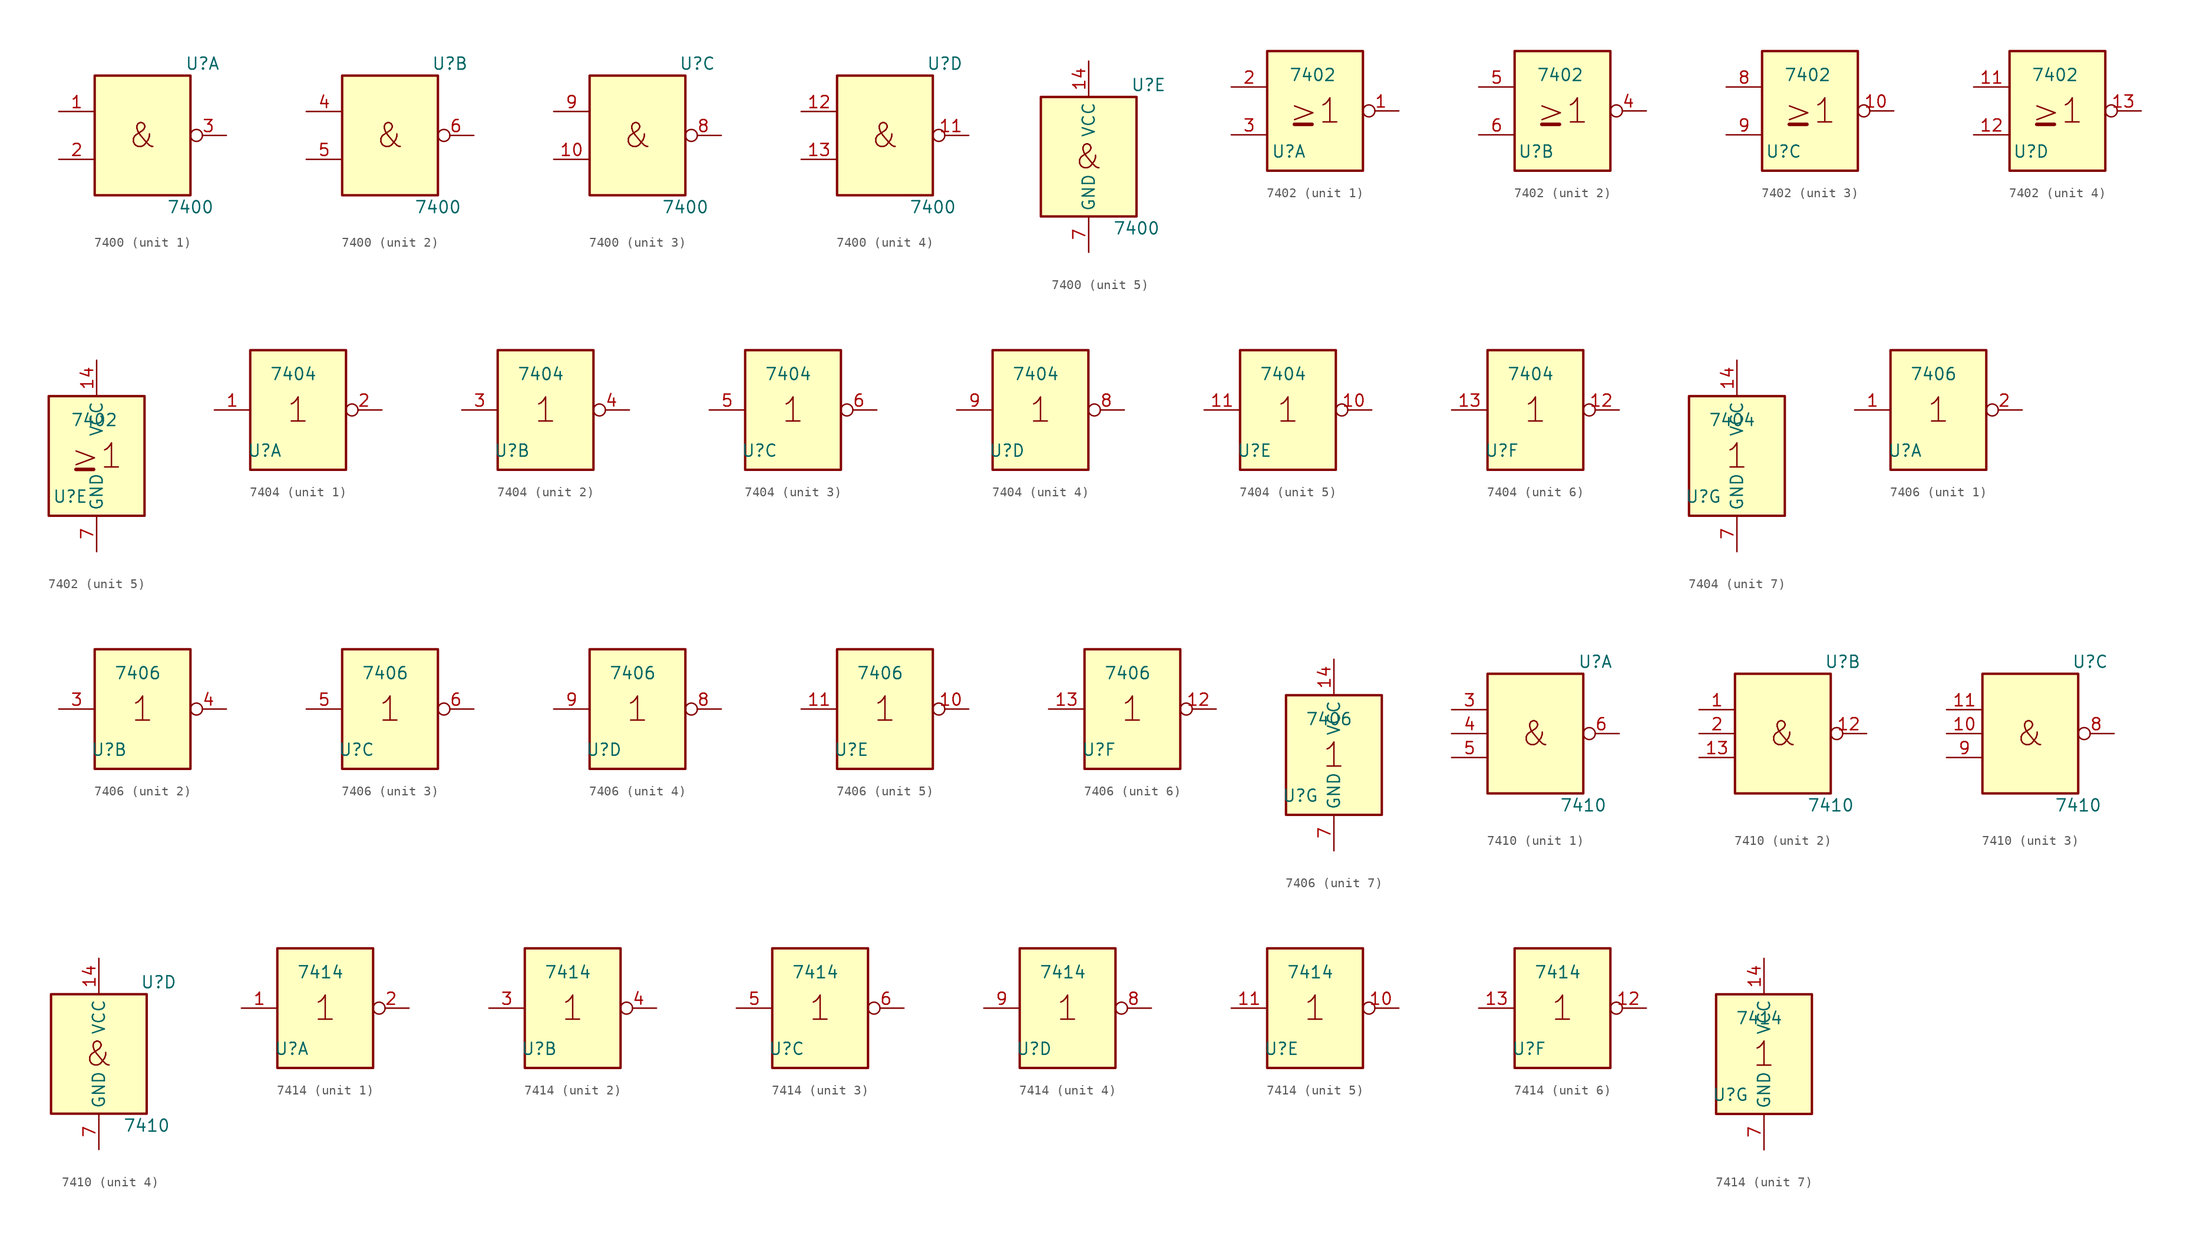
<source format=kicad_sym>
(kicad_symbol_lib
  (version 20231120)
  (generator "kicad_symbol_editor")
  (generator_version "8.0")
  (symbol "7400"
    (property "Reference" "U"
      (at 6.35 7.62 0)
      (effects (font (size 1.27 1.27))))
    (property "Value" "7400"
      (at 5.08 -7.62 0)
      (effects (font (size 1.27 1.27))))
    (property "ki_locked" ""
      (at 0 0 0)
      (effects (font (size 1.27 1.27))))
    (symbol "7400_0_0"
      (text "&" (at 0 0 0) (effects (font (size 2.54 2.54)))))
    (symbol "7400_0_1"
      (rectangle (start -5.08 6.35) (end 5.08 -6.35) (stroke (width 0.254) (type default)) (fill (type background))))
    (symbol "7400_1_1"
      (pin input line (at -8.89 2.54 0) (length 3.81) (name "~" (effects (font (size 1.27 1.27)))) (number "1" (effects (font (size 1.27 1.27)))))
      (pin input line (at -8.89 -2.54 0) (length 3.81) (name "~" (effects (font (size 1.27 1.27)))) (number "2" (effects (font (size 1.27 1.27)))))
      (pin output inverted (at 8.89 0 180) (length 3.81) (name "~" (effects (font (size 1.27 1.27)))) (number "3" (effects (font (size 1.27 1.27))))))
    (symbol "7400_2_1"
      (pin input line (at -8.89 2.54 0) (length 3.81) (name "~" (effects (font (size 1.27 1.27)))) (number "4" (effects (font (size 1.27 1.27)))))
      (pin input line (at -8.89 -2.54 0) (length 3.81) (name "~" (effects (font (size 1.27 1.27)))) (number "5" (effects (font (size 1.27 1.27)))))
      (pin output inverted (at 8.89 0 180) (length 3.81) (name "~" (effects (font (size 1.27 1.27)))) (number "6" (effects (font (size 1.27 1.27))))))
    (symbol "7400_3_1"
      (pin input line (at -8.89 -2.54 0) (length 3.81) (name "~" (effects (font (size 1.27 1.27)))) (number "10" (effects (font (size 1.27 1.27)))))
      (pin output inverted (at 8.89 0 180) (length 3.81) (name "~" (effects (font (size 1.27 1.27)))) (number "8" (effects (font (size 1.27 1.27)))))
      (pin input line (at -8.89 2.54 0) (length 3.81) (name "~" (effects (font (size 1.27 1.27)))) (number "9" (effects (font (size 1.27 1.27))))))
    (symbol "7400_4_1"
      (pin output inverted (at 8.89 0 180) (length 3.81) (name "~" (effects (font (size 1.27 1.27)))) (number "11" (effects (font (size 1.27 1.27)))))
      (pin input line (at -8.89 2.54 0) (length 3.81) (name "~" (effects (font (size 1.27 1.27)))) (number "12" (effects (font (size 1.27 1.27)))))
      (pin input line (at -8.89 -2.54 0) (length 3.81) (name "~" (effects (font (size 1.27 1.27)))) (number "13" (effects (font (size 1.27 1.27))))))
    (symbol "7400_5_1"
      (pin power_in line (at 0 10.16 270) (length 3.81) (name "VCC" (effects (font (size 1.27 1.27)))) (number "14" (effects (font (size 1.27 1.27)))))
      (pin power_in line (at 0 -10.16 90) (length 3.81) (name "GND" (effects (font (size 1.27 1.27)))) (number "7" (effects (font (size 1.27 1.27)))))))
  (symbol "7402"
    (property "Reference" "U"
      (at -2.794 -4.318 0)
      (effects (font (size 1.27 1.27))))
    (property "Value" "7402"
      (at -0.254 3.81 0)
      (effects (font (size 1.27 1.27))))
    (property "ki_locked" ""
      (at 0 0 0)
      (effects (font (size 1.27 1.27))))
    (symbol "7402_0_0"
      (polyline (pts (xy -2.19 -1.429) (xy -0.323 -1.429)) (stroke (width 0.381) (type default)) (fill (type none)))
      (text ">1" (at 0 0 0) (effects (font (size 2.54 2.54)))))
    (symbol "7402_0_1"
      (rectangle (start -5.08 6.35) (end 5.08 -6.35) (stroke (width 0.254) (type default)) (fill (type background))))
    (symbol "7402_1_1"
      (pin output inverted (at 8.89 0 180) (length 3.81) (name "~" (effects (font (size 1.27 1.27)))) (number "1" (effects (font (size 1.27 1.27)))))
      (pin input line (at -8.89 2.54 0) (length 3.81) (name "~" (effects (font (size 1.27 1.27)))) (number "2" (effects (font (size 1.27 1.27)))))
      (pin input line (at -8.89 -2.54 0) (length 3.81) (name "~" (effects (font (size 1.27 1.27)))) (number "3" (effects (font (size 1.27 1.27))))))
    (symbol "7402_2_1"
      (pin output inverted (at 8.89 0 180) (length 3.81) (name "~" (effects (font (size 1.27 1.27)))) (number "4" (effects (font (size 1.27 1.27)))))
      (pin input line (at -8.89 2.54 0) (length 3.81) (name "~" (effects (font (size 1.27 1.27)))) (number "5" (effects (font (size 1.27 1.27)))))
      (pin input line (at -8.89 -2.54 0) (length 3.81) (name "~" (effects (font (size 1.27 1.27)))) (number "6" (effects (font (size 1.27 1.27))))))
    (symbol "7402_3_1"
      (pin output inverted (at 8.89 0 180) (length 3.81) (name "~" (effects (font (size 1.27 1.27)))) (number "10" (effects (font (size 1.27 1.27)))))
      (pin input line (at -8.89 2.54 0) (length 3.81) (name "~" (effects (font (size 1.27 1.27)))) (number "8" (effects (font (size 1.27 1.27)))))
      (pin input line (at -8.89 -2.54 0) (length 3.81) (name "~" (effects (font (size 1.27 1.27)))) (number "9" (effects (font (size 1.27 1.27))))))
    (symbol "7402_4_1"
      (pin input line (at -8.89 2.54 0) (length 3.81) (name "~" (effects (font (size 1.27 1.27)))) (number "11" (effects (font (size 1.27 1.27)))))
      (pin input line (at -8.89 -2.54 0) (length 3.81) (name "~" (effects (font (size 1.27 1.27)))) (number "12" (effects (font (size 1.27 1.27)))))
      (pin output inverted (at 8.89 0 180) (length 3.81) (name "~" (effects (font (size 1.27 1.27)))) (number "13" (effects (font (size 1.27 1.27))))))
    (symbol "7402_5_1"
      (pin power_in line (at 0 10.16 270) (length 3.81) (name "VCC" (effects (font (size 1.27 1.27)))) (number "14" (effects (font (size 1.27 1.27)))))
      (pin power_in line (at 0 -10.16 90) (length 3.81) (name "GND" (effects (font (size 1.27 1.27)))) (number "7" (effects (font (size 1.27 1.27)))))))
  (symbol "7404"
    (property "Reference" "U"
      (at -3.556 -4.318 0)
      (effects (font (size 1.27 1.27))))
    (property "Value" "7404"
      (at -0.508 3.81 0)
      (effects (font (size 1.27 1.27))))
    (property "ki_locked" ""
      (at 0 0 0)
      (effects (font (size 1.27 1.27))))
    (symbol "7404_0_0"
      (text "1" (at 0 0 0) (effects (font (size 2.54 2.54)))))
    (symbol "7404_0_1"
      (rectangle (start -5.08 6.35) (end 5.08 -6.35) (stroke (width 0.254) (type default)) (fill (type background))))
    (symbol "7404_1_1"
      (pin input line (at -8.89 0 0) (length 3.81) (name "~" (effects (font (size 1.27 1.27)))) (number "1" (effects (font (size 1.27 1.27)))))
      (pin output inverted (at 8.89 0 180) (length 3.81) (name "~" (effects (font (size 1.27 1.27)))) (number "2" (effects (font (size 1.27 1.27))))))
    (symbol "7404_2_1"
      (pin input line (at -8.89 0 0) (length 3.81) (name "~" (effects (font (size 1.27 1.27)))) (number "3" (effects (font (size 1.27 1.27)))))
      (pin output inverted (at 8.89 0 180) (length 3.81) (name "~" (effects (font (size 1.27 1.27)))) (number "4" (effects (font (size 1.27 1.27))))))
    (symbol "7404_3_1"
      (pin input line (at -8.89 0 0) (length 3.81) (name "~" (effects (font (size 1.27 1.27)))) (number "5" (effects (font (size 1.27 1.27)))))
      (pin output inverted (at 8.89 0 180) (length 3.81) (name "~" (effects (font (size 1.27 1.27)))) (number "6" (effects (font (size 1.27 1.27))))))
    (symbol "7404_4_1"
      (pin output inverted (at 8.89 0 180) (length 3.81) (name "~" (effects (font (size 1.27 1.27)))) (number "8" (effects (font (size 1.27 1.27)))))
      (pin input line (at -8.89 0 0) (length 3.81) (name "~" (effects (font (size 1.27 1.27)))) (number "9" (effects (font (size 1.27 1.27))))))
    (symbol "7404_5_1"
      (pin output inverted (at 8.89 0 180) (length 3.81) (name "~" (effects (font (size 1.27 1.27)))) (number "10" (effects (font (size 1.27 1.27)))))
      (pin input line (at -8.89 0 0) (length 3.81) (name "~" (effects (font (size 1.27 1.27)))) (number "11" (effects (font (size 1.27 1.27))))))
    (symbol "7404_6_1"
      (pin output inverted (at 8.89 0 180) (length 3.81) (name "~" (effects (font (size 1.27 1.27)))) (number "12" (effects (font (size 1.27 1.27)))))
      (pin input line (at -8.89 0 0) (length 3.81) (name "~" (effects (font (size 1.27 1.27)))) (number "13" (effects (font (size 1.27 1.27))))))
    (symbol "7404_7_1"
      (pin power_in line (at 0 10.16 270) (length 3.81) (name "VCC" (effects (font (size 1.27 1.27)))) (number "14" (effects (font (size 1.27 1.27)))))
      (pin power_in line (at 0 -10.16 90) (length 3.81) (name "GND" (effects (font (size 1.27 1.27)))) (number "7" (effects (font (size 1.27 1.27)))))))
  (symbol "7406"
    (property "Reference" "U"
      (at -3.556 -4.318 0)
      (effects (font (size 1.27 1.27))))
    (property "Value" "7406"
      (at -0.508 3.81 0)
      (effects (font (size 1.27 1.27))))
    (property "ki_locked" ""
      (at 0 0 0)
      (effects (font (size 1.27 1.27))))
    (symbol "7406_0_0"
      (text "1" (at 0 0 0) (effects (font (size 2.54 2.54)))))
    (symbol "7406_0_1"
      (rectangle (start -5.08 6.35) (end 5.08 -6.35) (stroke (width 0.254) (type default)) (fill (type background))))
    (symbol "7406_1_1"
      (pin input line (at -8.89 0 0) (length 3.81) (name "~" (effects (font (size 1.27 1.27)))) (number "1" (effects (font (size 1.27 1.27)))))
      (pin open_collector inverted (at 8.89 0 180) (length 3.81) (name "~" (effects (font (size 1.27 1.27)))) (number "2" (effects (font (size 1.27 1.27))))))
    (symbol "7406_2_1"
      (pin input line (at -8.89 0 0) (length 3.81) (name "~" (effects (font (size 1.27 1.27)))) (number "3" (effects (font (size 1.27 1.27)))))
      (pin open_collector inverted (at 8.89 0 180) (length 3.81) (name "~" (effects (font (size 1.27 1.27)))) (number "4" (effects (font (size 1.27 1.27))))))
    (symbol "7406_3_1"
      (pin input line (at -8.89 0 0) (length 3.81) (name "~" (effects (font (size 1.27 1.27)))) (number "5" (effects (font (size 1.27 1.27)))))
      (pin open_collector inverted (at 8.89 0 180) (length 3.81) (name "~" (effects (font (size 1.27 1.27)))) (number "6" (effects (font (size 1.27 1.27))))))
    (symbol "7406_4_1"
      (pin open_collector inverted (at 8.89 0 180) (length 3.81) (name "~" (effects (font (size 1.27 1.27)))) (number "8" (effects (font (size 1.27 1.27)))))
      (pin input line (at -8.89 0 0) (length 3.81) (name "~" (effects (font (size 1.27 1.27)))) (number "9" (effects (font (size 1.27 1.27))))))
    (symbol "7406_5_1"
      (pin open_collector inverted (at 8.89 0 180) (length 3.81) (name "~" (effects (font (size 1.27 1.27)))) (number "10" (effects (font (size 1.27 1.27)))))
      (pin input line (at -8.89 0 0) (length 3.81) (name "~" (effects (font (size 1.27 1.27)))) (number "11" (effects (font (size 1.27 1.27))))))
    (symbol "7406_6_1"
      (pin open_collector inverted (at 8.89 0 180) (length 3.81) (name "~" (effects (font (size 1.27 1.27)))) (number "12" (effects (font (size 1.27 1.27)))))
      (pin input line (at -8.89 0 0) (length 3.81) (name "~" (effects (font (size 1.27 1.27)))) (number "13" (effects (font (size 1.27 1.27))))))
    (symbol "7406_7_1"
      (pin power_in line (at 0 10.16 270) (length 3.81) (name "VCC" (effects (font (size 1.27 1.27)))) (number "14" (effects (font (size 1.27 1.27)))))
      (pin power_in line (at 0 -10.16 90) (length 3.81) (name "GND" (effects (font (size 1.27 1.27)))) (number "7" (effects (font (size 1.27 1.27)))))))
  (symbol "7410"
    (property "Reference" "U"
      (at 6.35 7.62 0)
      (effects (font (size 1.27 1.27))))
    (property "Value" "7410"
      (at 5.08 -7.62 0)
      (effects (font (size 1.27 1.27))))
    (property "ki_locked" ""
      (at 0 0 0)
      (effects (font (size 1.27 1.27))))
    (symbol "7410_0_0"
      (text "&" (at 0 0 0) (effects (font (size 2.54 2.54)))))
    (symbol "7410_0_1"
      (rectangle (start -5.08 6.35) (end 5.08 -6.35) (stroke (width 0.254) (type default)) (fill (type background))))
    (symbol "7410_1_1"
      (pin input line (at -8.89 2.54 0) (length 3.81) (name "~" (effects (font (size 1.27 1.27)))) (number "3" (effects (font (size 1.27 1.27)))))
      (pin input line (at -8.89 0 0) (length 3.81) (name "~" (effects (font (size 1.27 1.27)))) (number "4" (effects (font (size 1.27 1.27)))))
      (pin input line (at -8.89 -2.54 0) (length 3.81) (name "~" (effects (font (size 1.27 1.27)))) (number "5" (effects (font (size 1.27 1.27)))))
      (pin output inverted (at 8.89 0 180) (length 3.81) (name "~" (effects (font (size 1.27 1.27)))) (number "6" (effects (font (size 1.27 1.27))))))
    (symbol "7410_2_1"
      (pin input line (at -8.89 2.54 0) (length 3.81) (name "~" (effects (font (size 1.27 1.27)))) (number "1" (effects (font (size 1.27 1.27)))))
      (pin output inverted (at 8.89 0 180) (length 3.81) (name "~" (effects (font (size 1.27 1.27)))) (number "12" (effects (font (size 1.27 1.27)))))
      (pin input line (at -8.89 -2.54 0) (length 3.81) (name "~" (effects (font (size 1.27 1.27)))) (number "13" (effects (font (size 1.27 1.27)))))
      (pin input line (at -8.89 0 0) (length 3.81) (name "~" (effects (font (size 1.27 1.27)))) (number "2" (effects (font (size 1.27 1.27))))))
    (symbol "7410_3_1"
      (pin input line (at -8.89 0 0) (length 3.81) (name "~" (effects (font (size 1.27 1.27)))) (number "10" (effects (font (size 1.27 1.27)))))
      (pin input line (at -8.89 2.54 0) (length 3.81) (name "~" (effects (font (size 1.27 1.27)))) (number "11" (effects (font (size 1.27 1.27)))))
      (pin output inverted (at 8.89 0 180) (length 3.81) (name "~" (effects (font (size 1.27 1.27)))) (number "8" (effects (font (size 1.27 1.27)))))
      (pin input line (at -8.89 -2.54 0) (length 3.81) (name "~" (effects (font (size 1.27 1.27)))) (number "9" (effects (font (size 1.27 1.27))))))
    (symbol "7410_4_1"
      (pin power_in line (at 0 10.16 270) (length 3.81) (name "VCC" (effects (font (size 1.27 1.27)))) (number "14" (effects (font (size 1.27 1.27)))))
      (pin power_in line (at 0 -10.16 90) (length 3.81) (name "GND" (effects (font (size 1.27 1.27)))) (number "7" (effects (font (size 1.27 1.27)))))))
  (symbol "7414"
    (property "Reference" "U"
      (at -3.556 -4.318 0)
      (effects (font (size 1.27 1.27))))
    (property "Value" "7414"
      (at -0.508 3.81 0)
      (effects (font (size 1.27 1.27))))
    (property "ki_locked" ""
      (at 0 0 0)
      (effects (font (size 1.27 1.27))))
    (symbol "7414_0_0"
      (text "1" (at 0 0 0) (effects (font (size 2.54 2.54)))))
    (symbol "7414_0_1"
      (rectangle (start -5.08 6.35) (end 5.08 -6.35) (stroke (width 0.254) (type default)) (fill (type background))))
    (symbol "7414_1_1"
      (pin input line (at -8.89 0 0) (length 3.81) (name "~" (effects (font (size 1.27 1.27)))) (number "1" (effects (font (size 1.27 1.27)))))
      (pin output inverted (at 8.89 0 180) (length 3.81) (name "~" (effects (font (size 1.27 1.27)))) (number "2" (effects (font (size 1.27 1.27))))))
    (symbol "7414_2_1"
      (pin input line (at -8.89 0 0) (length 3.81) (name "~" (effects (font (size 1.27 1.27)))) (number "3" (effects (font (size 1.27 1.27)))))
      (pin output inverted (at 8.89 0 180) (length 3.81) (name "~" (effects (font (size 1.27 1.27)))) (number "4" (effects (font (size 1.27 1.27))))))
    (symbol "7414_3_1"
      (pin input line (at -8.89 0 0) (length 3.81) (name "~" (effects (font (size 1.27 1.27)))) (number "5" (effects (font (size 1.27 1.27)))))
      (pin output inverted (at 8.89 0 180) (length 3.81) (name "~" (effects (font (size 1.27 1.27)))) (number "6" (effects (font (size 1.27 1.27))))))
    (symbol "7414_4_1"
      (pin output inverted (at 8.89 0 180) (length 3.81) (name "~" (effects (font (size 1.27 1.27)))) (number "8" (effects (font (size 1.27 1.27)))))
      (pin input line (at -8.89 0 0) (length 3.81) (name "~" (effects (font (size 1.27 1.27)))) (number "9" (effects (font (size 1.27 1.27))))))
    (symbol "7414_5_1"
      (pin output inverted (at 8.89 0 180) (length 3.81) (name "~" (effects (font (size 1.27 1.27)))) (number "10" (effects (font (size 1.27 1.27)))))
      (pin input line (at -8.89 0 0) (length 3.81) (name "~" (effects (font (size 1.27 1.27)))) (number "11" (effects (font (size 1.27 1.27))))))
    (symbol "7414_6_1"
      (pin output inverted (at 8.89 0 180) (length 3.81) (name "~" (effects (font (size 1.27 1.27)))) (number "12" (effects (font (size 1.27 1.27)))))
      (pin input line (at -8.89 0 0) (length 3.81) (name "~" (effects (font (size 1.27 1.27)))) (number "13" (effects (font (size 1.27 1.27))))))
    (symbol "7414_7_1"
      (pin power_in line (at 0 10.16 270) (length 3.81) (name "VCC" (effects (font (size 1.27 1.27)))) (number "14" (effects (font (size 1.27 1.27)))))
      (pin power_in line (at 0 -10.16 90) (length 3.81) (name "GND" (effects (font (size 1.27 1.27)))) (number "7" (effects (font (size 1.27 1.27))))))))
</source>
